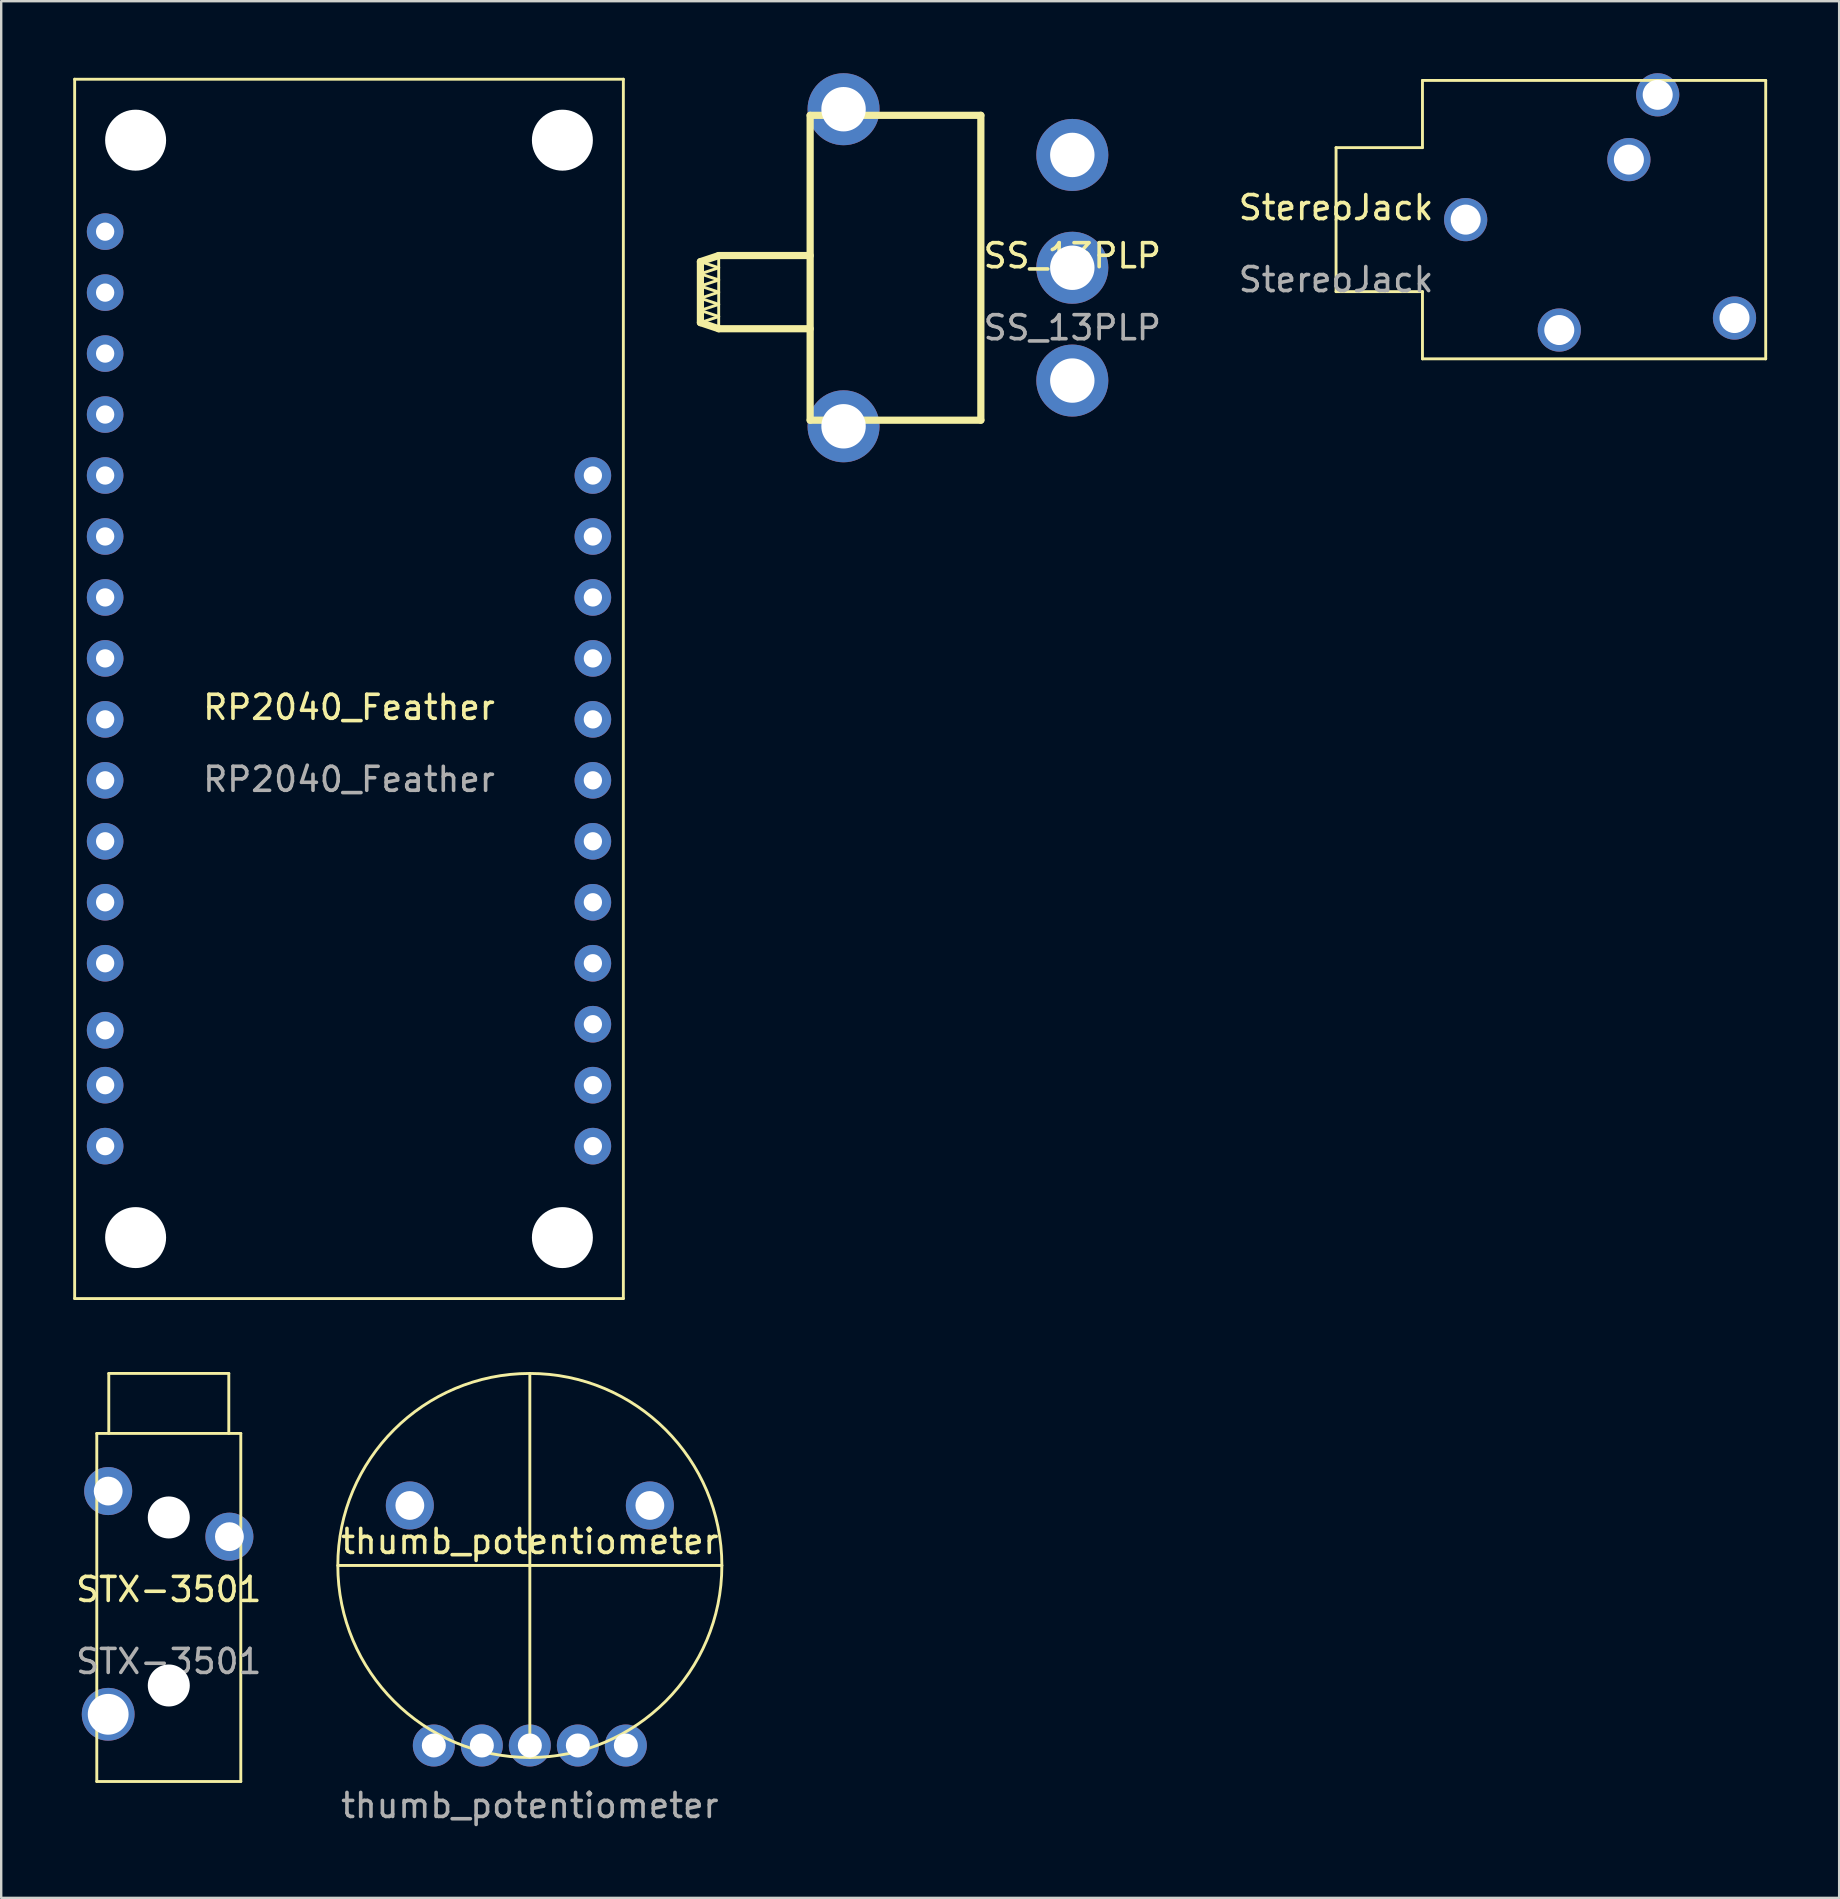
<source format=kicad_pcb>
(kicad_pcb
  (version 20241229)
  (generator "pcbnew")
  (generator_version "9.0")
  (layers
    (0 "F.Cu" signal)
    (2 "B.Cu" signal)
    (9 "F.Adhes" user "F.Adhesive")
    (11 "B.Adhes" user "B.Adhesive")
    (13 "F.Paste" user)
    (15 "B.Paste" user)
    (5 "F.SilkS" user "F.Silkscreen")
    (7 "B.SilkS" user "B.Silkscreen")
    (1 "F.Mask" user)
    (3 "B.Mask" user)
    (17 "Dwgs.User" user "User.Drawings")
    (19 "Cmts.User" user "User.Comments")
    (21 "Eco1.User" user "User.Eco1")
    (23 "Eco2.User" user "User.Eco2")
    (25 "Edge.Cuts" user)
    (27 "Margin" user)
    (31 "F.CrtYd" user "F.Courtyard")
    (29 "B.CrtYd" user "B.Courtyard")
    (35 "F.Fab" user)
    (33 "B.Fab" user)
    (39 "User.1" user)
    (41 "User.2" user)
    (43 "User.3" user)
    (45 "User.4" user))
  (footprint "StereoJack"
    (layer "F.Cu")
    (at 52.612 6.1)
    (property "Reference" "StereoJack" (at 0 -0.5 0) (unlocked yes) (layer "F.SilkS") (effects (font (size 1 1) (thickness 0.15))))
    (attr through_hole)
    (fp_line (start 0 -3) (end 3.6 -3) (stroke (width 0.12) (type solid)) (layer "F.SilkS"))
    (fp_line (start 0 0) (end 0 -3) (stroke (width 0.12) (type solid)) (layer "F.SilkS"))
    (fp_line (start 0 3) (end 0 0) (stroke (width 0.12) (type solid)) (layer "F.SilkS"))
    (fp_line (start 3.6 -5.8) (end 17.9 -5.8) (stroke (width 0.12) (type solid)) (layer "F.SilkS"))
    (fp_line (start 3.6 -3) (end 3.6 -5.8) (stroke (width 0.12) (type solid)) (layer "F.SilkS"))
    (fp_line (start 3.6 3) (end 0 3) (stroke (width 0.12) (type solid)) (layer "F.SilkS"))
    (fp_line (start 3.6 5.8) (end 3.6 3) (stroke (width 0.12) (type solid)) (layer "F.SilkS"))
    (fp_line (start 17.9 -5.8) (end 17.9 5.8) (stroke (width 0.12) (type solid)) (layer "F.SilkS"))
    (fp_line (start 17.9 5.8) (end 3.6 5.8) (stroke (width 0.12) (type solid)) (layer "F.SilkS"))
    (fp_text user "${REFERENCE}" (at 0 2.5 0) (unlocked yes) (layer "F.Fab") (effects (font (size 1 1) (thickness 0.15))))
    (pad "1" thru_hole circle (at 5.4 0) (size 1.8 1.8) (drill 1.25) (layers "*.Cu" "*.Mask"))
    (pad "2" thru_hole circle (at 13.4 -5.2) (size 1.8 1.8) (drill 1.25) (layers "*.Cu" "*.Mask"))
    (pad "3" thru_hole circle (at 9.3 4.6) (size 1.8 1.8) (drill 1.25) (layers "*.Cu" "*.Mask"))
    (pad "4" thru_hole circle (at 12.2 -2.5) (size 1.8 1.8) (drill 1.25) (layers "*.Cu" "*.Mask"))
    (pad "5" thru_hole circle (at 16.6 4.1) (size 1.8 1.8) (drill 1.25) (layers "*.Cu" "*.Mask")))
  (footprint "thumb_potentiometer"
    (layer "F.Cu")
    (at 19.024 69.67)
    (property "Reference" "thumb_potentiometer" (at 0 -8.5 0) (unlocked yes) (layer "F.SilkS") (effects (font (size 1 1) (thickness 0.15))))
    (attr through_hole)
    (fp_line (start 0 -7.5) (end -8 -7.5) (stroke (width 0.12) (type solid)) (layer "F.SilkS"))
    (fp_line (start 0 -7.5) (end 0 -15.5) (stroke (width 0.12) (type solid)) (layer "F.SilkS"))
    (fp_line (start 0 -7.5) (end 0 0.5) (stroke (width 0.12) (type solid)) (layer "F.SilkS"))
    (fp_line (start 0 -7.5) (end 8 -7.5) (stroke (width 0.12) (type solid)) (layer "F.SilkS"))
    (fp_circle (center 0 -7.5) (end 8 -7.5) (stroke (width 0.12) (type solid)) (fill no) (layer "F.SilkS"))
    (fp_text user "${REFERENCE}" (at 0 2.5 0) (unlocked yes) (layer "F.Fab") (effects (font (size 1 1) (thickness 0.15))))
    (pad "" np_thru_hole circle (at -5 -10) (size 2 2) (drill 1.2) (layers "*.Cu" "*.Mask"))
    (pad "" np_thru_hole circle (at 5 -10) (size 2 2) (drill 1.2) (layers "*.Cu" "*.Mask"))
    (pad "1" thru_hole circle (at -4 0) (size 1.75 1.75) (drill 1) (layers "*.Cu" "*.Mask"))
    (pad "2" thru_hole circle (at -2 0) (size 1.75 1.75) (drill 1) (layers "*.Cu" "*.Mask"))
    (pad "3" thru_hole circle (at 0 0) (size 1.75 1.75) (drill 1) (layers "*.Cu" "*.Mask"))
    (pad "4" thru_hole circle (at 2 0) (size 1.75 1.75) (drill 1) (layers "*.Cu" "*.Mask"))
    (pad "5" thru_hole circle (at 4 0) (size 1.75 1.75) (drill 1) (layers "*.Cu" "*.Mask")))
  (footprint "STX-3501"
    (layer "F.Cu")
    (at 3.982 63.67)
    (property "Reference" "STX-3501" (at 0 -0.5 0) (unlocked yes) (layer "F.SilkS") (effects (font (size 1 1) (thickness 0.15))))
    (attr through_hole)
    (fp_line (start -3 -7) (end -3 7.5) (stroke (width 0.12) (type solid)) (layer "F.SilkS"))
    (fp_line (start -3 7.5) (end 3 7.5) (stroke (width 0.12) (type solid)) (layer "F.SilkS"))
    (fp_line (start -2.5 -9.5) (end 2.5 -9.5) (stroke (width 0.12) (type solid)) (layer "F.SilkS"))
    (fp_line (start -2.5 -7) (end -2.5 -9.5) (stroke (width 0.12) (type solid)) (layer "F.SilkS"))
    (fp_line (start 2.5 -9.5) (end 2.5 -7) (stroke (width 0.12) (type solid)) (layer "F.SilkS"))
    (fp_line (start 3 -7) (end -3 -7) (stroke (width 0.12) (type solid)) (layer "F.SilkS"))
    (fp_line (start 3 7.5) (end 3 -7) (stroke (width 0.12) (type solid)) (layer "F.SilkS"))
    (fp_text user "${REFERENCE}" (at 0 2.5 0) (unlocked yes) (layer "F.Fab") (effects (font (size 1 1) (thickness 0.15))))
    (pad "" np_thru_hole circle (at 0 -3.5) (size 1.75 1.75) (drill 1.75) (layers "*.Cu" "*.Mask"))
    (pad "" np_thru_hole circle (at 0 3.5) (size 1.75 1.75) (drill 1.75) (layers "*.Cu" "*.Mask"))
    (pad "1" thru_hole circle (at -2.525 -4.6) (size 2 2) (drill 1.2) (layers "*.Cu" "*.Mask"))
    (pad "2" thru_hole circle (at -2.525 4.7) (size 2.2 2.2) (drill 1.7) (layers "*.Cu" "*.Mask"))
    (pad "3" thru_hole circle (at 2.525 -2.7) (size 2 2) (drill 1.2) (layers "*.Cu" "*.Mask")))
  (footprint "RP2040_Feather"
    (layer "F.Cu")
    (at 11.49 0.25)
    (property "Reference" "RP2040_Feather" (at 0 26.17 0) (unlocked yes) (layer "F.SilkS") (effects (font (size 1 1) (thickness 0.15))))
    (attr through_hole)
    (fp_line (start -11.43 0) (end 11.43 0) (stroke (width 0.12) (type solid)) (layer "F.SilkS"))
    (fp_line (start -11.43 50.8) (end -11.43 0) (stroke (width 0.12) (type solid)) (layer "F.SilkS"))
    (fp_line (start 11.43 0) (end 11.43 50.8) (stroke (width 0.12) (type solid)) (layer "F.SilkS"))
    (fp_line (start 11.43 50.8) (end -11.43 50.8) (stroke (width 0.12) (type solid)) (layer "F.SilkS"))
    (fp_text user "${REFERENCE}" (at 0 29.17 0) (unlocked yes) (layer "F.Fab") (effects (font (size 1 1) (thickness 0.15))))
    (pad "" np_thru_hole circle (at -8.89 2.54) (size 2.54 2.54) (drill 2.54) (layers "*.Cu" "*.Mask"))
    (pad "" np_thru_hole circle (at -8.89 48.26) (size 2.54 2.54) (drill 2.54) (layers "*.Cu" "*.Mask"))
    (pad "" np_thru_hole circle (at 8.89 2.54) (size 2.54 2.54) (drill 2.54) (layers "*.Cu" "*.Mask"))
    (pad "" np_thru_hole circle (at 8.89 48.26) (size 2.54 2.54) (drill 2.54) (layers "*.Cu" "*.Mask"))
    (pad "1" thru_hole circle (at -10.16 6.35) (size 1.524 1.524) (drill 0.762) (layers "*.Cu" "*.Mask"))
    (pad "2" thru_hole circle (at -10.16 8.89) (size 1.524 1.524) (drill 0.762) (layers "*.Cu" "*.Mask"))
    (pad "3" thru_hole circle (at -10.16 11.43) (size 1.524 1.524) (drill 0.762) (layers "*.Cu" "*.Mask"))
    (pad "4" thru_hole circle (at -10.16 13.97) (size 1.524 1.524) (drill 0.762) (layers "*.Cu" "*.Mask"))
    (pad "5" thru_hole circle (at -10.16 16.51) (size 1.524 1.524) (drill 0.762) (layers "*.Cu" "*.Mask"))
    (pad "6" thru_hole circle (at -10.16 19.05) (size 1.524 1.524) (drill 0.762) (layers "*.Cu" "*.Mask"))
    (pad "7" thru_hole circle (at -10.16 21.59) (size 1.524 1.524) (drill 0.762) (layers "*.Cu" "*.Mask"))
    (pad "8" thru_hole circle (at -10.16 24.13) (size 1.524 1.524) (drill 0.762) (layers "*.Cu" "*.Mask"))
    (pad "9" thru_hole circle (at -10.16 26.67) (size 1.524 1.524) (drill 0.762) (layers "*.Cu" "*.Mask"))
    (pad "10" thru_hole circle (at -10.16 29.21) (size 1.524 1.524) (drill 0.762) (layers "*.Cu" "*.Mask"))
    (pad "11" thru_hole circle (at -10.16 31.75) (size 1.524 1.524) (drill 0.762) (layers "*.Cu" "*.Mask"))
    (pad "12" thru_hole circle (at -10.16 34.29) (size 1.524 1.524) (drill 0.762) (layers "*.Cu" "*.Mask"))
    (pad "13" thru_hole circle (at -10.16 36.83) (size 1.524 1.524) (drill 0.762) (layers "*.Cu" "*.Mask"))
    (pad "14" thru_hole circle (at -10.16 39.624) (size 1.524 1.524) (drill 0.762) (layers "*.Cu" "*.Mask"))
    (pad "15" thru_hole circle (at -10.16 41.91) (size 1.524 1.524) (drill 0.762) (layers "*.Cu" "*.Mask"))
    (pad "16" thru_hole circle (at -10.16 44.45) (size 1.524 1.524) (drill 0.762) (layers "*.Cu" "*.Mask"))
    (pad "17" thru_hole circle (at 10.16 44.45) (size 1.524 1.524) (drill 0.762) (layers "*.Cu" "*.Mask"))
    (pad "18" thru_hole circle (at 10.16 41.91) (size 1.524 1.524) (drill 0.762) (layers "*.Cu" "*.Mask"))
    (pad "19" thru_hole circle (at 10.16 39.37) (size 1.524 1.524) (drill 0.762) (layers "*.Cu" "*.Mask"))
    (pad "20" thru_hole circle (at 10.16 36.83) (size 1.524 1.524) (drill 0.762) (layers "*.Cu" "*.Mask"))
    (pad "21" thru_hole circle (at 10.16 34.29) (size 1.524 1.524) (drill 0.762) (layers "*.Cu" "*.Mask"))
    (pad "22" thru_hole circle (at 10.16 31.75) (size 1.524 1.524) (drill 0.762) (layers "*.Cu" "*.Mask"))
    (pad "23" thru_hole circle (at 10.16 29.21) (size 1.524 1.524) (drill 0.762) (layers "*.Cu" "*.Mask"))
    (pad "24" thru_hole circle (at 10.16 26.67) (size 1.524 1.524) (drill 0.762) (layers "*.Cu" "*.Mask"))
    (pad "25" thru_hole circle (at 10.16 24.13) (size 1.524 1.524) (drill 0.762) (layers "*.Cu" "*.Mask"))
    (pad "26" thru_hole circle (at 10.16 21.59) (size 1.524 1.524) (drill 0.762) (layers "*.Cu" "*.Mask"))
    (pad "27" thru_hole circle (at 10.16 19.05) (size 1.524 1.524) (drill 0.762) (layers "*.Cu" "*.Mask"))
    (pad "28" thru_hole circle (at 10.16 16.51) (size 1.524 1.524) (drill 0.762) (layers "*.Cu" "*.Mask")))
  (footprint "SS_13PLP"
    (layer "F.Cu")
    (at 41.624 8.105)
    (property "Reference" "SS_13PLP" (at 0 -0.5 0) (unlocked yes) (layer "F.SilkS") (effects (font (size 1 1) (thickness 0.15))))
    (attr through_hole)
    (fp_line (start -15.494 -0.254) (end -15.494 2.286) (stroke (width 0.3) (type solid)) (layer "F.SilkS"))
    (fp_line (start -15.494 -0.254) (end -14.732 -0.508) (stroke (width 0.3) (type solid)) (layer "F.SilkS"))
    (fp_line (start -15.494 0.254) (end -14.732 0.508) (stroke (width 0.12) (type solid)) (layer "F.SilkS"))
    (fp_line (start -15.494 0.762) (end -14.732 1.016) (stroke (width 0.12) (type solid)) (layer "F.SilkS"))
    (fp_line (start -15.494 1.27) (end -14.732 1.524) (stroke (width 0.12) (type solid)) (layer "F.SilkS"))
    (fp_line (start -15.494 1.778) (end -14.732 2.032) (stroke (width 0.12) (type solid)) (layer "F.SilkS"))
    (fp_line (start -15.494 2.286) (end -14.732 2.54) (stroke (width 0.3) (type solid)) (layer "F.SilkS"))
    (fp_line (start -14.732 0) (end -15.494 -0.254) (stroke (width 0.12) (type solid)) (layer "F.SilkS"))
    (fp_line (start -14.732 0) (end -15.494 0.254) (stroke (width 0.12) (type solid)) (layer "F.SilkS"))
    (fp_line (start -14.732 0.508) (end -15.494 0.762) (stroke (width 0.12) (type solid)) (layer "F.SilkS"))
    (fp_line (start -14.732 1.016) (end -15.494 1.27) (stroke (width 0.12) (type solid)) (layer "F.SilkS"))
    (fp_line (start -14.732 1.524) (end -15.494 1.778) (stroke (width 0.12) (type solid)) (layer "F.SilkS"))
    (fp_line (start -14.732 2.032) (end -15.494 2.286) (stroke (width 0.12) (type solid)) (layer "F.SilkS"))
    (fp_line (start -14.732 2.54) (end -14.732 -0.508) (stroke (width 0.12) (type solid)) (layer "F.SilkS"))
    (fp_line (start -14.732 2.54) (end -10.922 2.54) (stroke (width 0.3) (type solid)) (layer "F.SilkS"))
    (fp_line (start -10.922 -6.35) (end -3.81 -6.35) (stroke (width 0.3) (type solid)) (layer "F.SilkS"))
    (fp_line (start -10.922 -0.508) (end -14.732 -0.508) (stroke (width 0.3) (type solid)) (layer "F.SilkS"))
    (fp_line (start -10.922 6.35) (end -10.922 -6.35) (stroke (width 0.3) (type solid)) (layer "F.SilkS"))
    (fp_line (start -3.81 -6.35) (end -3.81 6.35) (stroke (width 0.3) (type solid)) (layer "F.SilkS"))
    (fp_line (start -3.81 6.35) (end -10.922 6.35) (stroke (width 0.3) (type solid)) (layer "F.SilkS"))
    (fp_text user "${REFERENCE}" (at 0 2.5 0) (unlocked yes) (layer "F.Fab") (effects (font (size 1 1) (thickness 0.15))))
    (pad "" np_thru_hole circle (at -9.53 -6.605) (size 3 3) (drill 1.85) (layers "*.Cu" "*.Mask"))
    (pad "" np_thru_hole circle (at -9.53 6.605) (size 3 3) (drill 1.85) (layers "*.Cu" "*.Mask"))
    (pad "1" thru_hole circle (at 0 -4.7) (size 3 3) (drill 1.85) (layers "*.Cu" "*.Mask"))
    (pad "2" thru_hole circle (at 0 0) (size 3 3) (drill 1.85) (layers "*.Cu" "*.Mask"))
    (pad "3" thru_hole circle (at 0 4.7) (size 3 3) (drill 1.85) (layers "*.Cu" "*.Mask")))
  (gr_rect
    (start -3 -3)
    (end 73.572 76.018)
    (stroke (width 0.1) (type default))
    (fill no)
    (layer "Edge.Cuts")))
</source>
